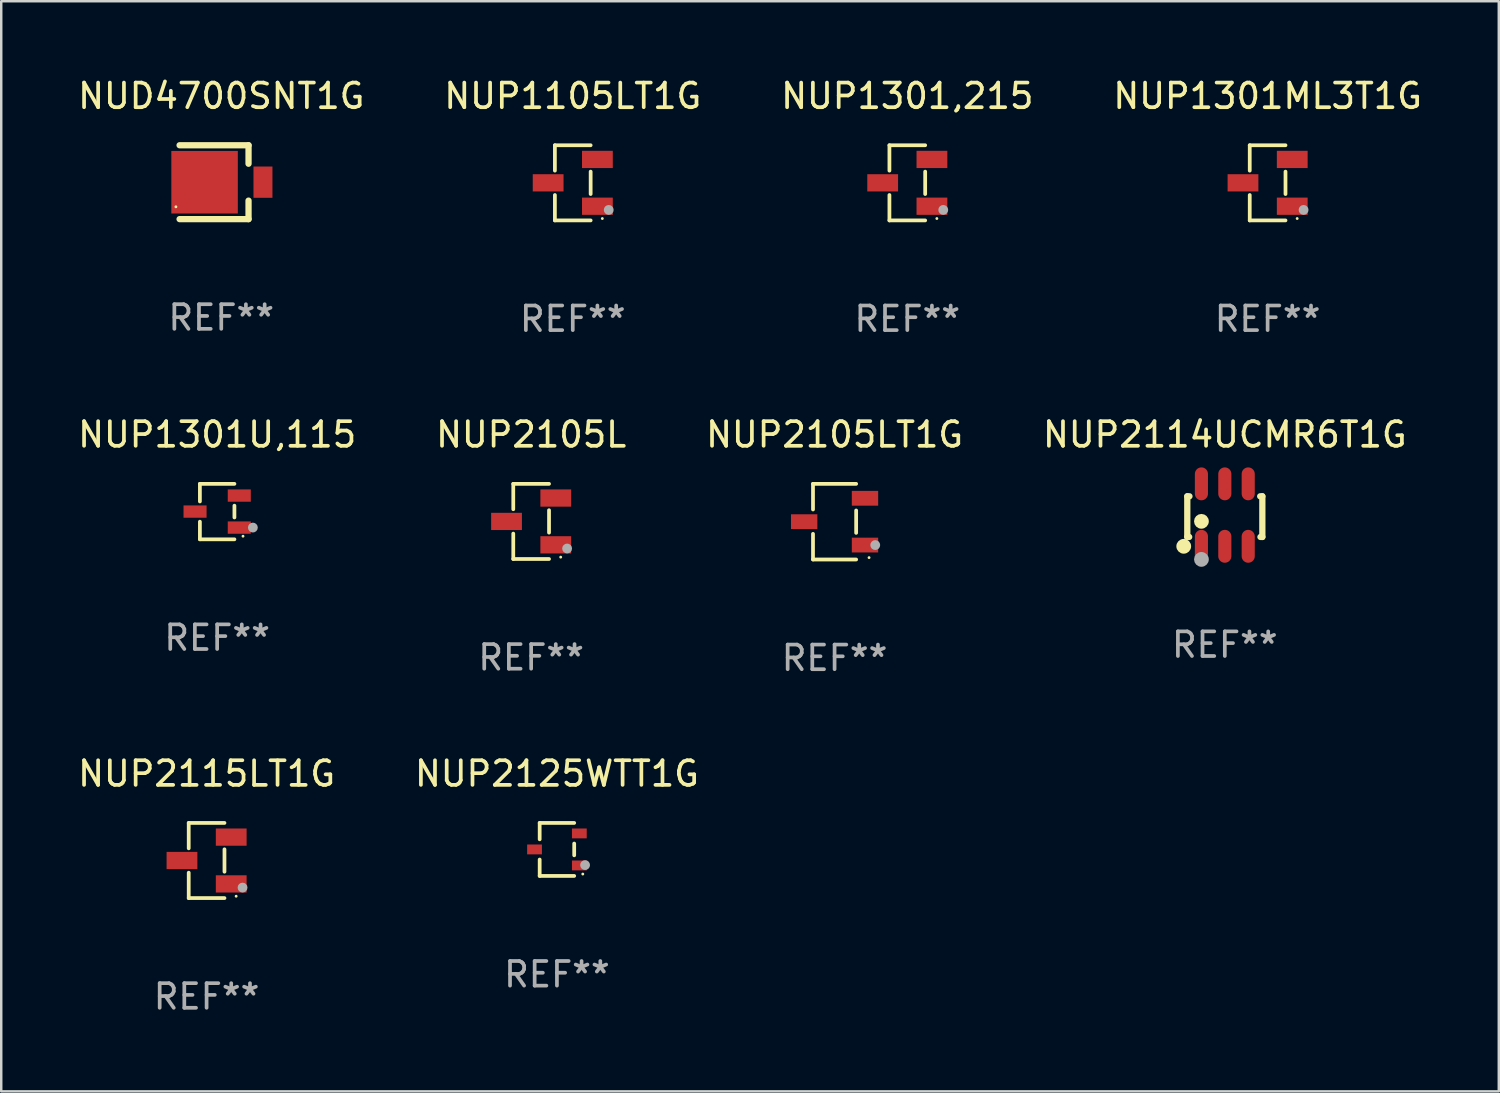
<source format=kicad_pcb>
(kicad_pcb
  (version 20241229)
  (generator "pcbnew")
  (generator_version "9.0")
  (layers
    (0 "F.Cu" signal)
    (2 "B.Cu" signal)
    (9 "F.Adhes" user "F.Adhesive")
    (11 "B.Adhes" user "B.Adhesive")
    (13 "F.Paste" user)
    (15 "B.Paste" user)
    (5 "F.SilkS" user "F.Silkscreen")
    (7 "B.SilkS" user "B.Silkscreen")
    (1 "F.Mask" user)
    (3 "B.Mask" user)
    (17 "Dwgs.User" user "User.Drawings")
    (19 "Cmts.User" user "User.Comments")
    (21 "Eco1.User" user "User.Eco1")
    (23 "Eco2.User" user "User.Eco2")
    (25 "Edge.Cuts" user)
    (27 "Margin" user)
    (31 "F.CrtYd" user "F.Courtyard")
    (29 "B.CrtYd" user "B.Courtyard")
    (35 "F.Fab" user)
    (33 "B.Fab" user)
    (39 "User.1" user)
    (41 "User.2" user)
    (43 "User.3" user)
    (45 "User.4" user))
  (footprint "NUP2115LT1G"
    (layer "F.Cu")
    (at 5.339 31.892)
    (property "Reference" "NUP2115LT1G" (at 0 -3.526 0) (layer "F.SilkS") (effects (font (size 1 1) (thickness 0.15))))
    (attr through_hole)
    (fp_line (start -0.726 -1.526) (end -0.726 -0.495) (stroke (width 0.152) (type solid)) (layer "F.SilkS"))
    (fp_line (start -0.726 1.526) (end -0.726 0.495) (stroke (width 0.152) (type solid)) (layer "F.SilkS"))
    (fp_line (start 0.726 -1.526) (end -0.726 -1.526) (stroke (width 0.152) (type solid)) (layer "F.SilkS"))
    (fp_line (start 0.726 -0.455) (end 0.726 0.455) (stroke (width 0.152) (type solid)) (layer "F.SilkS"))
    (fp_line (start 0.726 1.526) (end -0.726 1.526) (stroke (width 0.152) (type solid)) (layer "F.SilkS"))
    (fp_circle (center 1.2 1.45) (end 1.23 1.45) (stroke (width 0.06) (type solid)) (fill no) (layer "F.SilkS"))
    (fp_circle (center 1.46 1.1) (end 1.56 1.1) (stroke (width 0.2) (type solid)) (fill no) (layer "F.Fab"))
    (fp_text user "REF**" (at 0 5.526 0) (layer "F.Fab") (effects (font (size 1 1) (thickness 0.15))))
    (pad "1" smd rect (at 1 0.95) (size 1.25 0.7) (layers "F.Cu" "F.Mask" "F.Paste"))
    (pad "2" smd rect (at 1 -0.95) (size 1.25 0.7) (layers "F.Cu" "F.Mask" "F.Paste"))
    (pad "3" smd rect (at -1 0) (size 1.25 0.7) (layers "F.Cu" "F.Mask" "F.Paste")))
  (footprint "NUP1301U,115"
    (layer "F.Cu")
    (at 5.768 17.723)
    (property "Reference" "NUP1301U,115" (at 0 -3.126 0) (layer "F.SilkS") (effects (font (size 1 1) (thickness 0.15))))
    (attr through_hole)
    (fp_line (start -0.701 -1.126) (end -0.701 -0.411) (stroke (width 0.152) (type solid)) (layer "F.SilkS"))
    (fp_line (start -0.701 1.126) (end -0.701 0.411) (stroke (width 0.152) (type solid)) (layer "F.SilkS"))
    (fp_line (start 0.701 -1.126) (end -0.701 -1.126) (stroke (width 0.152) (type solid)) (layer "F.SilkS"))
    (fp_line (start 0.701 -0.239) (end 0.701 0.239) (stroke (width 0.152) (type solid)) (layer "F.SilkS"))
    (fp_line (start 0.701 1.126) (end -0.701 1.126) (stroke (width 0.152) (type solid)) (layer "F.SilkS"))
    (fp_circle (center 1.05 1) (end 1.08 1) (stroke (width 0.06) (type solid)) (fill no) (layer "F.SilkS"))
    (fp_circle (center 1.45 0.65) (end 1.55 0.65) (stroke (width 0.2) (type solid)) (fill no) (layer "F.Fab"))
    (fp_text user "REF**" (at 0 5.126 0) (layer "F.Fab") (effects (font (size 1 1) (thickness 0.15))))
    (pad "1" smd rect (at 0.898 0.65) (size 0.936 0.5) (layers "F.Cu" "F.Mask" "F.Paste"))
    (pad "2" smd rect (at 0.898 -0.65) (size 0.936 0.5) (layers "F.Cu" "F.Mask" "F.Paste"))
    (pad "3" smd rect (at -0.898 0) (size 0.936 0.5) (layers "F.Cu" "F.Mask" "F.Paste")))
  (footprint "NUP1301ML3T1G"
    (layer "F.Cu")
    (at 48.423 4.374)
    (property "Reference" "NUP1301ML3T1G" (at 0 -3.526 0) (layer "F.SilkS") (effects (font (size 1 1) (thickness 0.15))))
    (attr through_hole)
    (fp_line (start -0.726 -1.526) (end -0.726 -0.495) (stroke (width 0.152) (type solid)) (layer "F.SilkS"))
    (fp_line (start -0.726 1.526) (end -0.726 0.495) (stroke (width 0.152) (type solid)) (layer "F.SilkS"))
    (fp_line (start 0.726 -1.526) (end -0.726 -1.526) (stroke (width 0.152) (type solid)) (layer "F.SilkS"))
    (fp_line (start 0.726 -0.455) (end 0.726 0.455) (stroke (width 0.152) (type solid)) (layer "F.SilkS"))
    (fp_line (start 0.726 1.526) (end -0.726 1.526) (stroke (width 0.152) (type solid)) (layer "F.SilkS"))
    (fp_circle (center 1.2 1.45) (end 1.23 1.45) (stroke (width 0.06) (type solid)) (fill no) (layer "F.SilkS"))
    (fp_circle (center 1.46 1.1) (end 1.56 1.1) (stroke (width 0.2) (type solid)) (fill no) (layer "F.Fab"))
    (fp_text user "REF**" (at 0 5.526 0) (layer "F.Fab") (effects (font (size 1 1) (thickness 0.15))))
    (pad "1" smd rect (at 1 0.95) (size 1.25 0.7) (layers "F.Cu" "F.Mask" "F.Paste"))
    (pad "2" smd rect (at 1 -0.95) (size 1.25 0.7) (layers "F.Cu" "F.Mask" "F.Paste"))
    (pad "3" smd rect (at -1 0) (size 1.25 0.7) (layers "F.Cu" "F.Mask" "F.Paste")))
  (footprint "NUP2114UCMR6T1G"
    (layer "F.Cu")
    (at 46.685 17.865)
    (property "Reference" "NUP2114UCMR6T1G" (at 0 -3.268 0) (layer "F.SilkS") (effects (font (size 1 1) (thickness 0.15))))
    (attr through_hole)
    (fp_line (start -1.524 -0.762) (end -1.524 0.889) (stroke (width 0.254) (type solid)) (layer "F.SilkS"))
    (fp_line (start -1.524 0.889) (end -1.447 0.889) (stroke (width 0.254) (type solid)) (layer "F.SilkS"))
    (fp_line (start -1.436 -0.762) (end -1.524 -0.762) (stroke (width 0.254) (type solid)) (layer "F.SilkS"))
    (fp_line (start 1.447 0.889) (end 1.524 0.889) (stroke (width 0.254) (type solid)) (layer "F.SilkS"))
    (fp_line (start 1.524 -0.762) (end 1.436 -0.762) (stroke (width 0.254) (type solid)) (layer "F.SilkS"))
    (fp_line (start 1.524 0.889) (end 1.524 -0.762) (stroke (width 0.254) (type solid)) (layer "F.SilkS"))
    (fp_circle (center -1.668 1.268) (end -1.518 1.268) (stroke (width 0.3) (type solid)) (fill no) (layer "F.SilkS"))
    (fp_circle (center -1.5 1.375) (end -1.47 1.375) (stroke (width 0.06) (type solid)) (fill no) (layer "F.SilkS"))
    (fp_circle (center -0.95 0.254) (end -0.8 0.254) (stroke (width 0.3) (type solid)) (fill no) (layer "F.SilkS"))
    (fp_circle (center -0.95 1.8) (end -0.8 1.8) (stroke (width 0.3) (type solid)) (fill no) (layer "F.Fab"))
    (fp_text user "REF**" (at 0 5.268 0) (layer "F.Fab") (effects (font (size 1 1) (thickness 0.15))))
    (pad "1" smd oval (at -0.95 1.268) (size 0.532 1.336) (layers "F.Cu" "F.Mask" "F.Paste"))
    (pad "2" smd oval (at 0 1.268) (size 0.532 1.336) (layers "F.Cu" "F.Mask" "F.Paste"))
    (pad "3" smd oval (at 0.95 1.268) (size 0.532 1.336) (layers "F.Cu" "F.Mask" "F.Paste"))
    (pad "4" smd oval (at 0.95 -1.268) (size 0.532 1.336) (layers "F.Cu" "F.Mask" "F.Paste"))
    (pad "5" smd oval (at 0 -1.268) (size 0.532 1.336) (layers "F.Cu" "F.Mask" "F.Paste"))
    (pad "6" smd oval (at -0.95 -1.268) (size 0.532 1.336) (layers "F.Cu" "F.Mask" "F.Paste")))
  (footprint "NUP2105L"
    (layer "F.Cu")
    (at 18.518 18.123)
    (property "Reference" "NUP2105L" (at 0 -3.526 0) (layer "F.SilkS") (effects (font (size 1 1) (thickness 0.15))))
    (attr through_hole)
    (fp_line (start -0.726 -1.526) (end -0.726 -0.495) (stroke (width 0.152) (type solid)) (layer "F.SilkS"))
    (fp_line (start -0.726 1.526) (end -0.726 0.495) (stroke (width 0.152) (type solid)) (layer "F.SilkS"))
    (fp_line (start 0.726 -1.526) (end -0.726 -1.526) (stroke (width 0.152) (type solid)) (layer "F.SilkS"))
    (fp_line (start 0.726 -0.455) (end 0.726 0.455) (stroke (width 0.152) (type solid)) (layer "F.SilkS"))
    (fp_line (start 0.726 1.526) (end -0.726 1.526) (stroke (width 0.152) (type solid)) (layer "F.SilkS"))
    (fp_circle (center 1.2 1.45) (end 1.23 1.45) (stroke (width 0.06) (type solid)) (fill no) (layer "F.SilkS"))
    (fp_circle (center 1.46 1.1) (end 1.56 1.1) (stroke (width 0.2) (type solid)) (fill no) (layer "F.Fab"))
    (fp_text user "REF**" (at 0 5.526 0) (layer "F.Fab") (effects (font (size 1 1) (thickness 0.15))))
    (pad "1" smd rect (at 1 0.95) (size 1.25 0.7) (layers "F.Cu" "F.Mask" "F.Paste"))
    (pad "2" smd rect (at 1 -0.95) (size 1.25 0.7) (layers "F.Cu" "F.Mask" "F.Paste"))
    (pad "3" smd rect (at -1 0) (size 1.25 0.7) (layers "F.Cu" "F.Mask" "F.Paste")))
  (footprint "NUP1301,215"
    (layer "F.Cu")
    (at 33.792 4.374)
    (property "Reference" "NUP1301,215" (at 0 -3.526 0) (layer "F.SilkS") (effects (font (size 1 1) (thickness 0.15))))
    (attr through_hole)
    (fp_line (start -0.726 -1.526) (end -0.726 -0.495) (stroke (width 0.152) (type solid)) (layer "F.SilkS"))
    (fp_line (start -0.726 1.526) (end -0.726 0.495) (stroke (width 0.152) (type solid)) (layer "F.SilkS"))
    (fp_line (start 0.726 -1.526) (end -0.726 -1.526) (stroke (width 0.152) (type solid)) (layer "F.SilkS"))
    (fp_line (start 0.726 -0.455) (end 0.726 0.455) (stroke (width 0.152) (type solid)) (layer "F.SilkS"))
    (fp_line (start 0.726 1.526) (end -0.726 1.526) (stroke (width 0.152) (type solid)) (layer "F.SilkS"))
    (fp_circle (center 1.2 1.45) (end 1.23 1.45) (stroke (width 0.06) (type solid)) (fill no) (layer "F.SilkS"))
    (fp_circle (center 1.46 1.1) (end 1.56 1.1) (stroke (width 0.2) (type solid)) (fill no) (layer "F.Fab"))
    (fp_text user "REF**" (at 0 5.526 0) (layer "F.Fab") (effects (font (size 1 1) (thickness 0.15))))
    (pad "1" smd rect (at 1 0.95) (size 1.25 0.7) (layers "F.Cu" "F.Mask" "F.Paste"))
    (pad "2" smd rect (at 1 -0.95) (size 1.25 0.7) (layers "F.Cu" "F.Mask" "F.Paste"))
    (pad "3" smd rect (at -1 0) (size 1.25 0.7) (layers "F.Cu" "F.Mask" "F.Paste")))
  (footprint "NUD4700SNT1G"
    (layer "F.Cu")
    (at 5.935 4.348)
    (property "Reference" "NUD4700SNT1G" (at 0 -3.5 0) (layer "F.SilkS") (effects (font (size 1 1) (thickness 0.15))))
    (attr through_hole)
    (fp_line (start -1.693 -1.5) (end 1.107 -1.5) (stroke (width 0.254) (type solid)) (layer "F.SilkS"))
    (fp_line (start -1.693 1.5) (end 1.107 1.5) (stroke (width 0.254) (type solid)) (layer "F.SilkS"))
    (fp_line (start 1.107 -1.5) (end 1.107 -0.749) (stroke (width 0.254) (type solid)) (layer "F.SilkS"))
    (fp_line (start 1.107 0.748) (end 1.107 1.5) (stroke (width 0.254) (type solid)) (layer "F.SilkS"))
    (fp_circle (center -1.842 1) (end -1.812 1) (stroke (width 0.06) (type solid)) (fill no) (layer "F.SilkS"))
    (fp_text user "REF**" (at 0 5.5 0) (layer "F.Fab") (effects (font (size 1 1) (thickness 0.15))))
    (pad "1" smd rect (at -0.678 0.001) (size 2.7 2.54) (layers "F.Cu" "F.Mask" "F.Paste"))
    (pad "2" smd rect (at 1.693 -0.001) (size 0.77 1.27) (layers "F.Cu" "F.Mask" "F.Paste")))
  (footprint "NUP2105LT1G"
    (layer "F.Cu")
    (at 30.839 18.133)
    (property "Reference" "NUP2105LT1G" (at 0 -3.536 0) (layer "F.SilkS") (effects (font (size 1 1) (thickness 0.15))))
    (attr through_hole)
    (fp_line (start -0.876 -1.536) (end -0.876 -0.495) (stroke (width 0.152) (type solid)) (layer "F.SilkS"))
    (fp_line (start -0.876 1.536) (end -0.876 0.495) (stroke (width 0.152) (type solid)) (layer "F.SilkS"))
    (fp_line (start 0.876 -1.536) (end -0.876 -1.536) (stroke (width 0.152) (type solid)) (layer "F.SilkS"))
    (fp_line (start 0.876 -0.455) (end 0.876 0.455) (stroke (width 0.152) (type solid)) (layer "F.SilkS"))
    (fp_line (start 0.876 1.536) (end -0.876 1.536) (stroke (width 0.152) (type solid)) (layer "F.SilkS"))
    (fp_circle (center 1.4 1.46) (end 1.43 1.46) (stroke (width 0.06) (type solid)) (fill no) (layer "F.SilkS"))
    (fp_circle (center 1.651 0.95) (end 1.751 0.95) (stroke (width 0.2) (type solid)) (fill no) (layer "F.Fab"))
    (fp_text user "REF**" (at 0 5.536 0) (layer "F.Fab") (effects (font (size 1 1) (thickness 0.15))))
    (pad "1" smd rect (at 1.235 0.95) (size 1.07 0.6) (layers "F.Cu" "F.Mask" "F.Paste"))
    (pad "2" smd rect (at 1.235 -0.95) (size 1.07 0.6) (layers "F.Cu" "F.Mask" "F.Paste"))
    (pad "3" smd rect (at -1.235 0) (size 1.07 0.6) (layers "F.Cu" "F.Mask" "F.Paste")))
  (footprint "NUP2125WTT1G"
    (layer "F.Cu")
    (at 19.565 31.442)
    (property "Reference" "NUP2125WTT1G" (at 0 -3.076 0) (layer "F.SilkS") (effects (font (size 1 1) (thickness 0.15))))
    (attr through_hole)
    (fp_line (start -0.701 -1.076) (end -0.701 -0.411) (stroke (width 0.152) (type solid)) (layer "F.SilkS"))
    (fp_line (start -0.701 1.076) (end -0.701 0.411) (stroke (width 0.152) (type solid)) (layer "F.SilkS"))
    (fp_line (start 0.701 -1.076) (end -0.701 -1.076) (stroke (width 0.152) (type solid)) (layer "F.SilkS"))
    (fp_line (start 0.701 -0.239) (end 0.701 0.239) (stroke (width 0.152) (type solid)) (layer "F.SilkS"))
    (fp_line (start 0.701 1.076) (end -0.701 1.076) (stroke (width 0.152) (type solid)) (layer "F.SilkS"))
    (fp_circle (center 1.05 1) (end 1.08 1) (stroke (width 0.06) (type solid)) (fill no) (layer "F.SilkS"))
    (fp_circle (center 1.143 0.635) (end 1.243 0.635) (stroke (width 0.2) (type solid)) (fill no) (layer "F.Fab"))
    (fp_text user "REF**" (at 0 5.076 0) (layer "F.Fab") (effects (font (size 1 1) (thickness 0.15))))
    (pad "1" smd rect (at 0.91 0.65) (size 0.6 0.4) (layers "F.Cu" "F.Mask" "F.Paste"))
    (pad "2" smd rect (at 0.91 -0.65) (size 0.6 0.4) (layers "F.Cu" "F.Mask" "F.Paste"))
    (pad "3" smd rect (at -0.91 0) (size 0.6 0.4) (layers "F.Cu" "F.Mask" "F.Paste")))
  (footprint "NUP1105LT1G"
    (layer "F.Cu")
    (at 20.208 4.374)
    (property "Reference" "NUP1105LT1G" (at 0 -3.526 0) (layer "F.SilkS") (effects (font (size 1 1) (thickness 0.15))))
    (attr through_hole)
    (fp_line (start -0.726 -1.526) (end -0.726 -0.495) (stroke (width 0.152) (type solid)) (layer "F.SilkS"))
    (fp_line (start -0.726 1.526) (end -0.726 0.495) (stroke (width 0.152) (type solid)) (layer "F.SilkS"))
    (fp_line (start 0.726 -1.526) (end -0.726 -1.526) (stroke (width 0.152) (type solid)) (layer "F.SilkS"))
    (fp_line (start 0.726 -0.455) (end 0.726 0.455) (stroke (width 0.152) (type solid)) (layer "F.SilkS"))
    (fp_line (start 0.726 1.526) (end -0.726 1.526) (stroke (width 0.152) (type solid)) (layer "F.SilkS"))
    (fp_circle (center 1.2 1.45) (end 1.23 1.45) (stroke (width 0.06) (type solid)) (fill no) (layer "F.SilkS"))
    (fp_circle (center 1.46 1.1) (end 1.56 1.1) (stroke (width 0.2) (type solid)) (fill no) (layer "F.Fab"))
    (fp_text user "REF**" (at 0 5.526 0) (layer "F.Fab") (effects (font (size 1 1) (thickness 0.15))))
    (pad "1" smd rect (at 1 0.95) (size 1.25 0.7) (layers "F.Cu" "F.Mask" "F.Paste"))
    (pad "2" smd rect (at 1 -0.95) (size 1.25 0.7) (layers "F.Cu" "F.Mask" "F.Paste"))
    (pad "3" smd rect (at -1 0) (size 1.25 0.7) (layers "F.Cu" "F.Mask" "F.Paste")))
  (gr_rect
    (start -3 -3)
    (end 57.81 41.267)
    (stroke (width 0.1) (type default))
    (fill no)
    (layer "Edge.Cuts")))
</source>
